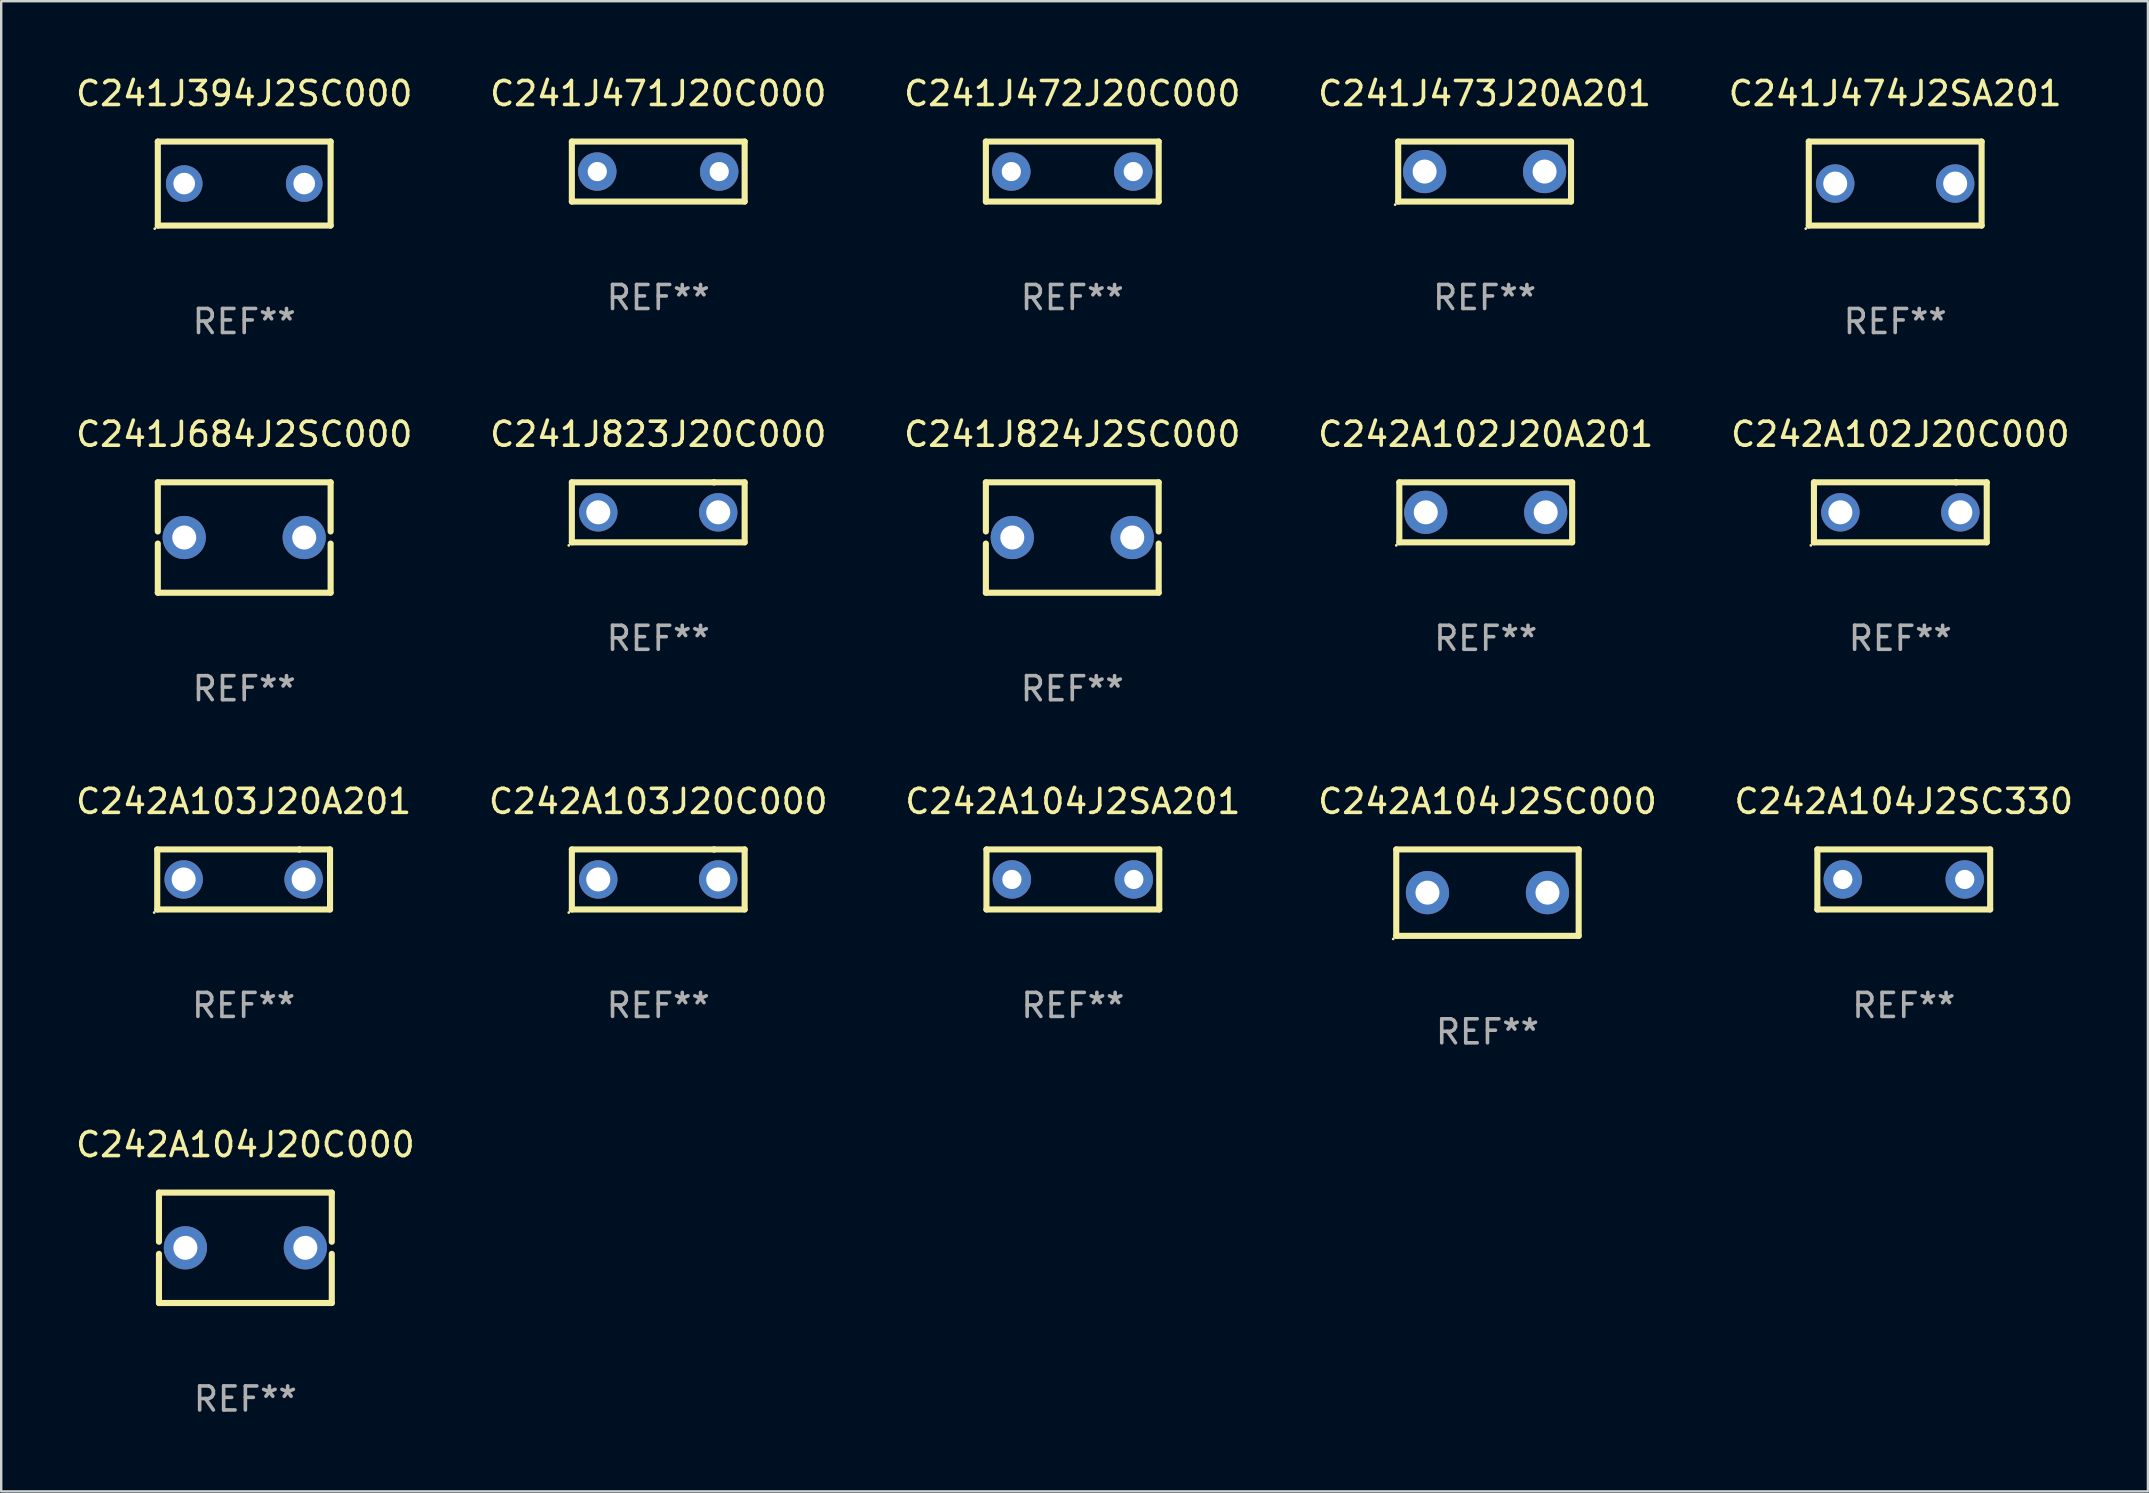
<source format=kicad_pcb>
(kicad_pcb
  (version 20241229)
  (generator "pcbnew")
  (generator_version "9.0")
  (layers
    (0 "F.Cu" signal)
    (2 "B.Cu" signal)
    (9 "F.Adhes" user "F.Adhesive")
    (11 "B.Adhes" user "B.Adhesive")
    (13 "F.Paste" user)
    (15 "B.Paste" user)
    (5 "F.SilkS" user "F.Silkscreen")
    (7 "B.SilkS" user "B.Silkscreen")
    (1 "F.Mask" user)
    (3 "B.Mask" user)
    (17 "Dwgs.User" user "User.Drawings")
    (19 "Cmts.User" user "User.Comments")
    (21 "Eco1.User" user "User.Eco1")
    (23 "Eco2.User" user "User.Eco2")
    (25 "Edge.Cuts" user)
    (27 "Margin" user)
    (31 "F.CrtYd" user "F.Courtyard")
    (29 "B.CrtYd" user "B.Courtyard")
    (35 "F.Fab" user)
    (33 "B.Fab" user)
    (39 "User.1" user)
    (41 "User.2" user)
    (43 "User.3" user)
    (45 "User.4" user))
  (footprint "C241J394J2SC000"
    (layer "F.Cu")
    (at 7.125 4.598)
    (property "Reference" "C241J394J2SC000" (at 0 -3.75 0) (layer "F.SilkS") (effects (font (size 1 1) (thickness 0.15))))
    (attr through_hole)
    (fp_line (start -3.6 -1.75) (end 3.6 -1.75) (stroke (width 0.254) (type solid)) (layer "F.SilkS"))
    (fp_line (start -3.6 1.75) (end -3.6 -1.75) (stroke (width 0.254) (type solid)) (layer "F.SilkS"))
    (fp_line (start 3.6 -1.75) (end 3.6 1.75) (stroke (width 0.254) (type solid)) (layer "F.SilkS"))
    (fp_line (start 3.6 1.75) (end -3.6 1.75) (stroke (width 0.254) (type solid)) (layer "F.SilkS"))
    (fp_circle (center -3.727 1.877) (end -3.697 1.877) (stroke (width 0.06) (type solid)) (fill no) (layer "F.SilkS"))
    (fp_text user "REF**" (at 0 5.75 0) (layer "F.Fab") (effects (font (size 1 1) (thickness 0.15))))
    (pad "1" thru_hole circle (at -2.5 0) (size 1.524 1.524) (drill 0.9) (layers "*.Cu" "*.Mask"))
    (pad "2" thru_hole circle (at 2.5 0) (size 1.524 1.524) (drill 0.9) (layers "*.Cu" "*.Mask")))
  (footprint "C241J684J2SC000"
    (layer "F.Cu")
    (at 7.125 19.345)
    (property "Reference" "C241J684J2SC000" (at 0 -4.3 0) (layer "F.SilkS") (effects (font (size 1 1) (thickness 0.15))))
    (attr through_hole)
    (fp_line (start -3.6 -2.3) (end -3.6 -0.252) (stroke (width 0.254) (type solid)) (layer "F.SilkS"))
    (fp_line (start -3.6 -2.3) (end 3.6 -2.3) (stroke (width 0.254) (type solid)) (layer "F.SilkS"))
    (fp_line (start -3.6 0.252) (end -3.6 2.3) (stroke (width 0.254) (type solid)) (layer "F.SilkS"))
    (fp_line (start -3.6 2.3) (end 3.6 2.3) (stroke (width 0.254) (type solid)) (layer "F.SilkS"))
    (fp_line (start 3.6 -0.252) (end 3.6 -2.3) (stroke (width 0.254) (type solid)) (layer "F.SilkS"))
    (fp_line (start 3.6 2.3) (end 3.6 0.252) (stroke (width 0.254) (type solid)) (layer "F.SilkS"))
    (fp_circle (center -3.6 2.25) (end -3.57 2.25) (stroke (width 0.06) (type solid)) (fill no) (layer "F.SilkS"))
    (fp_text user "REF**" (at 0 6.3 0) (layer "F.Fab") (effects (font (size 1 1) (thickness 0.15))))
    (pad "1" thru_hole circle (at -2.499 0) (size 1.8 1.8) (drill 1) (layers "*.Cu" "*.Mask"))
    (pad "2" thru_hole circle (at 2.499 0) (size 1.8 1.8) (drill 1) (layers "*.Cu" "*.Mask")))
  (footprint "C242A103J20A201"
    (layer "F.Cu")
    (at 7.101 33.591)
    (property "Reference" "C242A103J20A201" (at 0 -3.25 0) (layer "F.SilkS") (effects (font (size 1 1) (thickness 0.15))))
    (attr through_hole)
    (fp_line (start -3.6 1.25) (end -3.6 -1.25) (stroke (width 0.254) (type solid)) (layer "F.SilkS"))
    (fp_line (start -3.6 1.25) (end 3.6 1.25) (stroke (width 0.254) (type solid)) (layer "F.SilkS"))
    (fp_line (start -3.6 -1.25) (end 2.326 -1.25) (stroke (width 0.254) (type solid)) (layer "F.SilkS"))
    (fp_line (start 2.326 -1.25) (end 2.326 -1.25) (stroke (width 0.254) (type solid)) (layer "F.SilkS"))
    (fp_line (start 2.326 -1.25) (end 3.6 -1.25) (stroke (width 0.254) (type solid)) (layer "F.SilkS"))
    (fp_line (start 3.6 -1.25) (end 3.6 1.25) (stroke (width 0.254) (type solid)) (layer "F.SilkS"))
    (fp_circle (center -3.727 1.377) (end -3.697 1.377) (stroke (width 0.06) (type solid)) (fill no) (layer "F.SilkS"))
    (fp_text user "REF**" (at 0 5.25 0) (layer "F.Fab") (effects (font (size 1 1) (thickness 0.15))))
    (pad "1" thru_hole circle (at -2.499 -0.000013) (size 1.6 1.6) (drill 1) (layers "*.Cu" "*.Mask"))
    (pad "2" thru_hole circle (at 2.499 -0.000013) (size 1.6 1.6) (drill 1) (layers "*.Cu" "*.Mask")))
  (footprint "C242A104J2SA201"
    (layer "F.Cu")
    (at 41.649 33.591)
    (property "Reference" "C242A104J2SA201" (at 0 -3.25 0) (layer "F.SilkS") (effects (font (size 1 1) (thickness 0.15))))
    (attr through_hole)
    (fp_line (start -3.6 -1.25) (end -3.6 1.25) (stroke (width 0.254) (type solid)) (layer "F.SilkS"))
    (fp_line (start -3.6 -1.25) (end 3.6 -1.25) (stroke (width 0.254) (type solid)) (layer "F.SilkS"))
    (fp_line (start 3.6 1.25) (end -3.6 1.25) (stroke (width 0.254) (type solid)) (layer "F.SilkS"))
    (fp_line (start 3.6 1.25) (end 3.6 -1.25) (stroke (width 0.254) (type solid)) (layer "F.SilkS"))
    (fp_circle (center -3.6 1.25) (end -3.57 1.25) (stroke (width 0.06) (type solid)) (fill no) (layer "F.SilkS"))
    (fp_text user "REF**" (at 0 5.25 0) (layer "F.Fab") (effects (font (size 1 1) (thickness 0.15))))
    (pad "1" thru_hole circle (at -2.54 0) (size 1.6 1.6) (drill 0.8) (layers "*.Cu" "*.Mask"))
    (pad "2" thru_hole circle (at 2.54 0) (size 1.6 1.6) (drill 0.8) (layers "*.Cu" "*.Mask")))
  (footprint "C242A102J20C000"
    (layer "F.Cu")
    (at 76.125 18.295)
    (property "Reference" "C242A102J20C000" (at 0 -3.25 0) (layer "F.SilkS") (effects (font (size 1 1) (thickness 0.15))))
    (attr through_hole)
    (fp_line (start -3.6 1.25) (end -3.6 -1.25) (stroke (width 0.254) (type solid)) (layer "F.SilkS"))
    (fp_line (start -3.6 1.25) (end 3.6 1.25) (stroke (width 0.254) (type solid)) (layer "F.SilkS"))
    (fp_line (start -3.6 -1.25) (end 2.326 -1.25) (stroke (width 0.254) (type solid)) (layer "F.SilkS"))
    (fp_line (start 2.326 -1.25) (end 2.326 -1.25) (stroke (width 0.254) (type solid)) (layer "F.SilkS"))
    (fp_line (start 2.326 -1.25) (end 3.6 -1.25) (stroke (width 0.254) (type solid)) (layer "F.SilkS"))
    (fp_line (start 3.6 -1.25) (end 3.6 1.25) (stroke (width 0.254) (type solid)) (layer "F.SilkS"))
    (fp_circle (center -3.727 1.377) (end -3.697 1.377) (stroke (width 0.06) (type solid)) (fill no) (layer "F.SilkS"))
    (fp_text user "REF**" (at 0 5.25 0) (layer "F.Fab") (effects (font (size 1 1) (thickness 0.15))))
    (pad "1" thru_hole circle (at -2.499 -0.000013) (size 1.6 1.6) (drill 1) (layers "*.Cu" "*.Mask"))
    (pad "2" thru_hole circle (at 2.499 -0.000013) (size 1.6 1.6) (drill 1) (layers "*.Cu" "*.Mask")))
  (footprint "C242A103J20C000"
    (layer "F.Cu")
    (at 24.375 33.591)
    (property "Reference" "C242A103J20C000" (at 0 -3.25 0) (layer "F.SilkS") (effects (font (size 1 1) (thickness 0.15))))
    (attr through_hole)
    (fp_line (start -3.6 1.25) (end -3.6 -1.25) (stroke (width 0.254) (type solid)) (layer "F.SilkS"))
    (fp_line (start -3.6 1.25) (end 3.6 1.25) (stroke (width 0.254) (type solid)) (layer "F.SilkS"))
    (fp_line (start -3.6 -1.25) (end 2.326 -1.25) (stroke (width 0.254) (type solid)) (layer "F.SilkS"))
    (fp_line (start 2.326 -1.25) (end 2.326 -1.25) (stroke (width 0.254) (type solid)) (layer "F.SilkS"))
    (fp_line (start 2.326 -1.25) (end 3.6 -1.25) (stroke (width 0.254) (type solid)) (layer "F.SilkS"))
    (fp_line (start 3.6 -1.25) (end 3.6 1.25) (stroke (width 0.254) (type solid)) (layer "F.SilkS"))
    (fp_circle (center -3.727 1.377) (end -3.697 1.377) (stroke (width 0.06) (type solid)) (fill no) (layer "F.SilkS"))
    (fp_text user "REF**" (at 0 5.25 0) (layer "F.Fab") (effects (font (size 1 1) (thickness 0.15))))
    (pad "1" thru_hole circle (at -2.499 -0.000013) (size 1.6 1.6) (drill 1) (layers "*.Cu" "*.Mask"))
    (pad "2" thru_hole circle (at 2.499 -0.000013) (size 1.6 1.6) (drill 1) (layers "*.Cu" "*.Mask")))
  (footprint "C241J473J20A201"
    (layer "F.Cu")
    (at 58.804 4.098)
    (property "Reference" "C241J473J20A201" (at 0 -3.25 0) (layer "F.SilkS") (effects (font (size 1 1) (thickness 0.15))))
    (attr through_hole)
    (fp_line (start -3.6 -1.25) (end 3.6 -1.25) (stroke (width 0.254) (type solid)) (layer "F.SilkS"))
    (fp_line (start -3.6 1.25) (end -3.6 -1.25) (stroke (width 0.254) (type solid)) (layer "F.SilkS"))
    (fp_line (start -3.6 1.25) (end 3.6 1.25) (stroke (width 0.254) (type solid)) (layer "F.SilkS"))
    (fp_line (start 3.6 -1.25) (end 3.6 1.25) (stroke (width 0.254) (type solid)) (layer "F.SilkS"))
    (fp_circle (center -3.727 1.377) (end -3.697 1.377) (stroke (width 0.06) (type solid)) (fill no) (layer "F.SilkS"))
    (fp_text user "REF**" (at 0 5.25 0) (layer "F.Fab") (effects (font (size 1 1) (thickness 0.15))))
    (pad "1" thru_hole circle (at -2.499 -0.000013) (size 1.8 1.8) (drill 1) (layers "*.Cu" "*.Mask"))
    (pad "2" thru_hole circle (at 2.499 -0.000013) (size 1.8 1.8) (drill 1) (layers "*.Cu" "*.Mask")))
  (footprint "C242A104J2SC000"
    (layer "F.Cu")
    (at 58.923 34.141)
    (property "Reference" "C242A104J2SC000" (at 0 -3.8 0) (layer "F.SilkS") (effects (font (size 1 1) (thickness 0.15))))
    (attr through_hole)
    (fp_line (start -3.8 -1.8) (end -3.8 1.8) (stroke (width 0.254) (type solid)) (layer "F.SilkS"))
    (fp_line (start -3.8 -1.8) (end 3.8 -1.8) (stroke (width 0.254) (type solid)) (layer "F.SilkS"))
    (fp_line (start -3.8 1.8) (end 3.8 1.8) (stroke (width 0.254) (type solid)) (layer "F.SilkS"))
    (fp_line (start 3.8 -1.8) (end 3.8 1.8) (stroke (width 0.254) (type solid)) (layer "F.SilkS"))
    (fp_circle (center -3.927 1.927) (end -3.897 1.927) (stroke (width 0.06) (type solid)) (fill no) (layer "F.SilkS"))
    (fp_text user "REF**" (at 0 5.8 0) (layer "F.Fab") (effects (font (size 1 1) (thickness 0.15))))
    (pad "1" thru_hole circle (at -2.5 0) (size 1.8 1.8) (drill 1) (layers "*.Cu" "*.Mask"))
    (pad "2" thru_hole circle (at 2.5 0) (size 1.8 1.8) (drill 1) (layers "*.Cu" "*.Mask")))
  (footprint "C241J823J20C000"
    (layer "F.Cu")
    (at 24.375 18.295)
    (property "Reference" "C241J823J20C000" (at 0 -3.25 0) (layer "F.SilkS") (effects (font (size 1 1) (thickness 0.15))))
    (attr through_hole)
    (fp_line (start -3.6 1.25) (end -3.6 -1.25) (stroke (width 0.254) (type solid)) (layer "F.SilkS"))
    (fp_line (start -3.6 1.25) (end 3.6 1.25) (stroke (width 0.254) (type solid)) (layer "F.SilkS"))
    (fp_line (start -3.6 -1.25) (end 2.326 -1.25) (stroke (width 0.254) (type solid)) (layer "F.SilkS"))
    (fp_line (start 2.326 -1.25) (end 2.326 -1.25) (stroke (width 0.254) (type solid)) (layer "F.SilkS"))
    (fp_line (start 2.326 -1.25) (end 3.6 -1.25) (stroke (width 0.254) (type solid)) (layer "F.SilkS"))
    (fp_line (start 3.6 -1.25) (end 3.6 1.25) (stroke (width 0.254) (type solid)) (layer "F.SilkS"))
    (fp_circle (center -3.727 1.377) (end -3.697 1.377) (stroke (width 0.06) (type solid)) (fill no) (layer "F.SilkS"))
    (fp_text user "REF**" (at 0 5.25 0) (layer "F.Fab") (effects (font (size 1 1) (thickness 0.15))))
    (pad "1" thru_hole circle (at -2.499 -0.000013) (size 1.6 1.6) (drill 1) (layers "*.Cu" "*.Mask"))
    (pad "2" thru_hole circle (at 2.499 -0.000013) (size 1.6 1.6) (drill 1) (layers "*.Cu" "*.Mask")))
  (footprint "C241J474J2SA201"
    (layer "F.Cu")
    (at 75.911 4.598)
    (property "Reference" "C241J474J2SA201" (at 0 -3.75 0) (layer "F.SilkS") (effects (font (size 1 1) (thickness 0.15))))
    (attr through_hole)
    (fp_line (start -3.6 -1.75) (end 3.6 -1.75) (stroke (width 0.254) (type solid)) (layer "F.SilkS"))
    (fp_line (start -3.6 1.75) (end -3.6 -1.75) (stroke (width 0.254) (type solid)) (layer "F.SilkS"))
    (fp_line (start -3.6 1.75) (end 3.6 1.75) (stroke (width 0.254) (type solid)) (layer "F.SilkS"))
    (fp_line (start 3.6 -1.75) (end 3.6 1.75) (stroke (width 0.254) (type solid)) (layer "F.SilkS"))
    (fp_circle (center -3.727 1.877) (end -3.697 1.877) (stroke (width 0.06) (type solid)) (fill no) (layer "F.SilkS"))
    (fp_text user "REF**" (at 0 5.75 0) (layer "F.Fab") (effects (font (size 1 1) (thickness 0.15))))
    (pad "1" thru_hole circle (at -2.499 -0.000013) (size 1.6 1.6) (drill 1) (layers "*.Cu" "*.Mask"))
    (pad "2" thru_hole circle (at 2.499 -0.000013) (size 1.6 1.6) (drill 1) (layers "*.Cu" "*.Mask")))
  (footprint "C241J471J20C000"
    (layer "F.Cu")
    (at 24.375 4.098)
    (property "Reference" "C241J471J20C000" (at 0 -3.25 0) (layer "F.SilkS") (effects (font (size 1 1) (thickness 0.15))))
    (attr through_hole)
    (fp_line (start -3.6 -1.25) (end -3.6 1.25) (stroke (width 0.254) (type solid)) (layer "F.SilkS"))
    (fp_line (start -3.6 -1.25) (end 3.6 -1.25) (stroke (width 0.254) (type solid)) (layer "F.SilkS"))
    (fp_line (start 3.6 1.25) (end -3.6 1.25) (stroke (width 0.254) (type solid)) (layer "F.SilkS"))
    (fp_line (start 3.6 1.25) (end 3.6 -1.25) (stroke (width 0.254) (type solid)) (layer "F.SilkS"))
    (fp_circle (center -3.6 1.25) (end -3.57 1.25) (stroke (width 0.06) (type solid)) (fill no) (layer "F.SilkS"))
    (fp_text user "REF**" (at 0 5.25 0) (layer "F.Fab") (effects (font (size 1 1) (thickness 0.15))))
    (pad "1" thru_hole circle (at -2.54 0) (size 1.6 1.6) (drill 0.8) (layers "*.Cu" "*.Mask"))
    (pad "2" thru_hole circle (at 2.54 0) (size 1.6 1.6) (drill 0.8) (layers "*.Cu" "*.Mask")))
  (footprint "C242A102J20A201"
    (layer "F.Cu")
    (at 58.851 18.295)
    (property "Reference" "C242A102J20A201" (at 0 -3.25 0) (layer "F.SilkS") (effects (font (size 1 1) (thickness 0.15))))
    (attr through_hole)
    (fp_line (start -3.6 -1.25) (end 3.6 -1.25) (stroke (width 0.254) (type solid)) (layer "F.SilkS"))
    (fp_line (start -3.6 1.25) (end -3.6 -1.25) (stroke (width 0.254) (type solid)) (layer "F.SilkS"))
    (fp_line (start -3.6 1.25) (end 3.6 1.25) (stroke (width 0.254) (type solid)) (layer "F.SilkS"))
    (fp_line (start 3.6 -1.25) (end 3.6 1.25) (stroke (width 0.254) (type solid)) (layer "F.SilkS"))
    (fp_circle (center -3.727 1.377) (end -3.697 1.377) (stroke (width 0.06) (type solid)) (fill no) (layer "F.SilkS"))
    (fp_text user "REF**" (at 0 5.25 0) (layer "F.Fab") (effects (font (size 1 1) (thickness 0.15))))
    (pad "1" thru_hole circle (at -2.499 -0.000013) (size 1.8 1.8) (drill 1) (layers "*.Cu" "*.Mask"))
    (pad "2" thru_hole circle (at 2.499 -0.000013) (size 1.8 1.8) (drill 1) (layers "*.Cu" "*.Mask")))
  (footprint "C241J472J20C000"
    (layer "F.Cu")
    (at 41.625 4.098)
    (property "Reference" "C241J472J20C000" (at 0 -3.25 0) (layer "F.SilkS") (effects (font (size 1 1) (thickness 0.15))))
    (attr through_hole)
    (fp_line (start -3.6 -1.25) (end -3.6 1.25) (stroke (width 0.254) (type solid)) (layer "F.SilkS"))
    (fp_line (start -3.6 -1.25) (end 3.6 -1.25) (stroke (width 0.254) (type solid)) (layer "F.SilkS"))
    (fp_line (start 3.6 1.25) (end -3.6 1.25) (stroke (width 0.254) (type solid)) (layer "F.SilkS"))
    (fp_line (start 3.6 1.25) (end 3.6 -1.25) (stroke (width 0.254) (type solid)) (layer "F.SilkS"))
    (fp_circle (center -3.6 1.25) (end -3.57 1.25) (stroke (width 0.06) (type solid)) (fill no) (layer "F.SilkS"))
    (fp_text user "REF**" (at 0 5.25 0) (layer "F.Fab") (effects (font (size 1 1) (thickness 0.15))))
    (pad "1" thru_hole circle (at -2.54 0) (size 1.6 1.6) (drill 0.8) (layers "*.Cu" "*.Mask"))
    (pad "2" thru_hole circle (at 2.54 0) (size 1.6 1.6) (drill 0.8) (layers "*.Cu" "*.Mask")))
  (footprint "C242A104J2SC330"
    (layer "F.Cu")
    (at 76.268 33.591)
    (property "Reference" "C242A104J2SC330" (at 0 -3.25 0) (layer "F.SilkS") (effects (font (size 1 1) (thickness 0.15))))
    (attr through_hole)
    (fp_line (start -3.6 -1.25) (end -3.6 1.25) (stroke (width 0.254) (type solid)) (layer "F.SilkS"))
    (fp_line (start -3.6 -1.25) (end 3.6 -1.25) (stroke (width 0.254) (type solid)) (layer "F.SilkS"))
    (fp_line (start 3.6 1.25) (end -3.6 1.25) (stroke (width 0.254) (type solid)) (layer "F.SilkS"))
    (fp_line (start 3.6 1.25) (end 3.6 -1.25) (stroke (width 0.254) (type solid)) (layer "F.SilkS"))
    (fp_circle (center -3.6 1.25) (end -3.57 1.25) (stroke (width 0.06) (type solid)) (fill no) (layer "F.SilkS"))
    (fp_text user "REF**" (at 0 5.25 0) (layer "F.Fab") (effects (font (size 1 1) (thickness 0.15))))
    (pad "1" thru_hole circle (at -2.54 0) (size 1.6 1.6) (drill 0.8) (layers "*.Cu" "*.Mask"))
    (pad "2" thru_hole circle (at 2.54 0) (size 1.6 1.6) (drill 0.8) (layers "*.Cu" "*.Mask")))
  (footprint "C242A104J20C000"
    (layer "F.Cu")
    (at 7.173 48.938)
    (property "Reference" "C242A104J20C000" (at 0 -4.3 0) (layer "F.SilkS") (effects (font (size 1 1) (thickness 0.15))))
    (attr through_hole)
    (fp_line (start -3.6 -2.3) (end -3.6 -0.252) (stroke (width 0.254) (type solid)) (layer "F.SilkS"))
    (fp_line (start -3.6 -2.3) (end 3.6 -2.3) (stroke (width 0.254) (type solid)) (layer "F.SilkS"))
    (fp_line (start -3.6 0.252) (end -3.6 2.3) (stroke (width 0.254) (type solid)) (layer "F.SilkS"))
    (fp_line (start -3.6 2.3) (end 3.6 2.3) (stroke (width 0.254) (type solid)) (layer "F.SilkS"))
    (fp_line (start 3.6 -0.252) (end 3.6 -2.3) (stroke (width 0.254) (type solid)) (layer "F.SilkS"))
    (fp_line (start 3.6 2.3) (end 3.6 0.252) (stroke (width 0.254) (type solid)) (layer "F.SilkS"))
    (fp_circle (center -3.6 2.25) (end -3.57 2.25) (stroke (width 0.06) (type solid)) (fill no) (layer "F.SilkS"))
    (fp_text user "REF**" (at 0 6.3 0) (layer "F.Fab") (effects (font (size 1 1) (thickness 0.15))))
    (pad "1" thru_hole circle (at -2.499 0) (size 1.8 1.8) (drill 1) (layers "*.Cu" "*.Mask"))
    (pad "2" thru_hole circle (at 2.499 0) (size 1.8 1.8) (drill 1) (layers "*.Cu" "*.Mask")))
  (footprint "C241J824J2SC000"
    (layer "F.Cu")
    (at 41.625 19.345)
    (property "Reference" "C241J824J2SC000" (at 0 -4.3 0) (layer "F.SilkS") (effects (font (size 1 1) (thickness 0.15))))
    (attr through_hole)
    (fp_line (start -3.6 -2.3) (end -3.6 -0.252) (stroke (width 0.254) (type solid)) (layer "F.SilkS"))
    (fp_line (start -3.6 -2.3) (end 3.6 -2.3) (stroke (width 0.254) (type solid)) (layer "F.SilkS"))
    (fp_line (start -3.6 0.252) (end -3.6 2.3) (stroke (width 0.254) (type solid)) (layer "F.SilkS"))
    (fp_line (start -3.6 2.3) (end 3.6 2.3) (stroke (width 0.254) (type solid)) (layer "F.SilkS"))
    (fp_line (start 3.6 -0.252) (end 3.6 -2.3) (stroke (width 0.254) (type solid)) (layer "F.SilkS"))
    (fp_line (start 3.6 2.3) (end 3.6 0.252) (stroke (width 0.254) (type solid)) (layer "F.SilkS"))
    (fp_circle (center -3.6 2.25) (end -3.57 2.25) (stroke (width 0.06) (type solid)) (fill no) (layer "F.SilkS"))
    (fp_text user "REF**" (at 0 6.3 0) (layer "F.Fab") (effects (font (size 1 1) (thickness 0.15))))
    (pad "1" thru_hole circle (at -2.499 0) (size 1.8 1.8) (drill 1) (layers "*.Cu" "*.Mask"))
    (pad "2" thru_hole circle (at 2.499 0) (size 1.8 1.8) (drill 1) (layers "*.Cu" "*.Mask")))
  (gr_rect
    (start -3 -3)
    (end 86.44 59.086)
    (stroke (width 0.1) (type default))
    (fill no)
    (layer "Edge.Cuts")))
</source>
